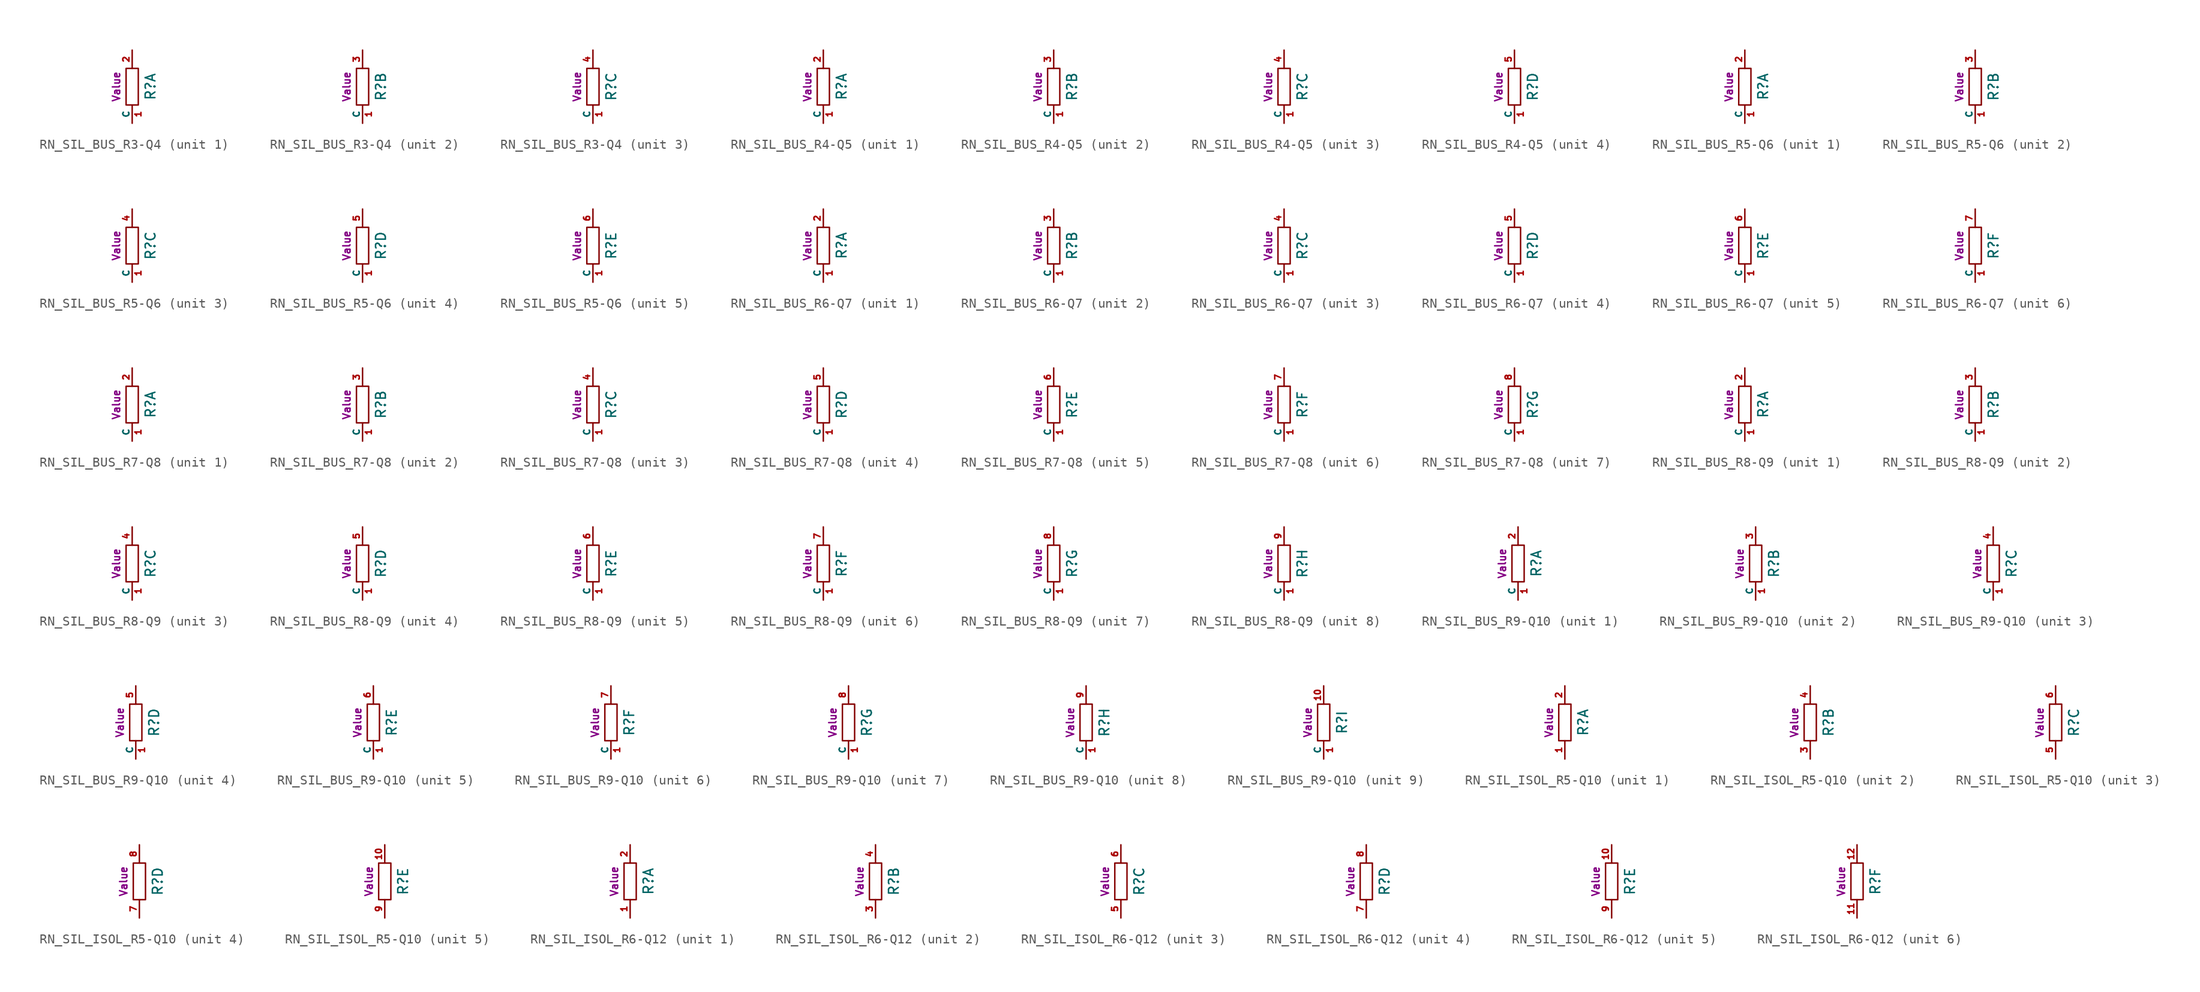
<source format=kicad_sym>
(kicad_symbol_lib
  (version 20211014)
  (generator kicad_symbol_editor)
  (symbol "RN_SIL_BUS_R3-Q4"
    (pin_names
      (offset 0))
    (property "Reference" "R"
      (at 1.905 0 90)
      (effects (font (size 1.016 1.016))))
    (property "Footprint" ""
      (at 0 0 0)
      (effects (font (size 1.524 1.524))))
    (property "Datasheet" ""
      (at 0 0 0)
      (effects (font (size 1.524 1.524))))
    (property "Unit" "Value"
      (at -1.651 0 90)
      (effects (font (size 0.762 0.762))))
    (symbol "RN_SIL_BUS_R3-Q4_0_1"
      (rectangle (start 0.635 1.905) (end -0.635 -1.905) (stroke (width 0) (type default) (color 0 0 0 0)) (fill (type none)))
      (pin passive line (at 0 -3.81 90) (length 1.905) (name "C" (effects (font (size 0.635 0.635)))) (number "1" (effects (font (size 0.635 0.635))))))
    (symbol "RN_SIL_BUS_R3-Q4_1_1"
      (pin passive line (at 0 3.81 270) (length 1.905) (name "~" (effects (font (size 0.635 0.635)))) (number "2" (effects (font (size 0.635 0.635))))))
    (symbol "RN_SIL_BUS_R3-Q4_2_1"
      (pin passive line (at 0 3.81 270) (length 1.905) (name "~" (effects (font (size 0.635 0.635)))) (number "3" (effects (font (size 0.635 0.635))))))
    (symbol "RN_SIL_BUS_R3-Q4_3_1"
      (pin passive line (at 0 3.81 270) (length 1.905) (name "~" (effects (font (size 0.635 0.635)))) (number "4" (effects (font (size 0.635 0.635)))))))
  (symbol "RN_SIL_BUS_R4-Q5"
    (pin_names
      (offset 0))
    (property "Reference" "R"
      (at 1.905 0 90)
      (effects (font (size 1.016 1.016))))
    (property "Footprint" ""
      (at 0 0 0)
      (effects (font (size 1.524 1.524))))
    (property "Datasheet" ""
      (at 0 0 0)
      (effects (font (size 1.524 1.524))))
    (property "Unit" "Value"
      (at -1.651 0 90)
      (effects (font (size 0.762 0.762))))
    (symbol "RN_SIL_BUS_R4-Q5_0_1"
      (rectangle (start 0.635 1.905) (end -0.635 -1.905) (stroke (width 0) (type default) (color 0 0 0 0)) (fill (type none)))
      (pin passive line (at 0 -3.81 90) (length 1.905) (name "C" (effects (font (size 0.635 0.635)))) (number "1" (effects (font (size 0.635 0.635))))))
    (symbol "RN_SIL_BUS_R4-Q5_1_1"
      (pin passive line (at 0 3.81 270) (length 1.905) (name "~" (effects (font (size 0.635 0.635)))) (number "2" (effects (font (size 0.635 0.635))))))
    (symbol "RN_SIL_BUS_R4-Q5_2_1"
      (pin passive line (at 0 3.81 270) (length 1.905) (name "~" (effects (font (size 0.635 0.635)))) (number "3" (effects (font (size 0.635 0.635))))))
    (symbol "RN_SIL_BUS_R4-Q5_3_1"
      (pin passive line (at 0 3.81 270) (length 1.905) (name "~" (effects (font (size 0.635 0.635)))) (number "4" (effects (font (size 0.635 0.635))))))
    (symbol "RN_SIL_BUS_R4-Q5_4_1"
      (pin passive line (at 0 3.81 270) (length 1.905) (name "~" (effects (font (size 0.635 0.635)))) (number "5" (effects (font (size 0.635 0.635)))))))
  (symbol "RN_SIL_BUS_R5-Q6"
    (pin_names
      (offset 0))
    (property "Reference" "R"
      (at 1.905 0 90)
      (effects (font (size 1.016 1.016))))
    (property "Footprint" ""
      (at 0 0 0)
      (effects (font (size 1.524 1.524))))
    (property "Datasheet" ""
      (at 0 0 0)
      (effects (font (size 1.524 1.524))))
    (property "Unit" "Value"
      (at -1.651 0 90)
      (effects (font (size 0.762 0.762))))
    (symbol "RN_SIL_BUS_R5-Q6_0_1"
      (rectangle (start 0.635 1.905) (end -0.635 -1.905) (stroke (width 0) (type default) (color 0 0 0 0)) (fill (type none)))
      (pin passive line (at 0 -3.81 90) (length 1.905) (name "C" (effects (font (size 0.635 0.635)))) (number "1" (effects (font (size 0.635 0.635))))))
    (symbol "RN_SIL_BUS_R5-Q6_1_1"
      (pin passive line (at 0 3.81 270) (length 1.905) (name "~" (effects (font (size 0.635 0.635)))) (number "2" (effects (font (size 0.635 0.635))))))
    (symbol "RN_SIL_BUS_R5-Q6_2_1"
      (pin passive line (at 0 3.81 270) (length 1.905) (name "~" (effects (font (size 0.635 0.635)))) (number "3" (effects (font (size 0.635 0.635))))))
    (symbol "RN_SIL_BUS_R5-Q6_3_1"
      (pin passive line (at 0 3.81 270) (length 1.905) (name "~" (effects (font (size 0.635 0.635)))) (number "4" (effects (font (size 0.635 0.635))))))
    (symbol "RN_SIL_BUS_R5-Q6_4_1"
      (pin passive line (at 0 3.81 270) (length 1.905) (name "~" (effects (font (size 0.635 0.635)))) (number "5" (effects (font (size 0.635 0.635))))))
    (symbol "RN_SIL_BUS_R5-Q6_5_1"
      (pin passive line (at 0 3.81 270) (length 1.905) (name "~" (effects (font (size 0.635 0.635)))) (number "6" (effects (font (size 0.635 0.635)))))))
  (symbol "RN_SIL_BUS_R6-Q7"
    (pin_names
      (offset 0))
    (property "Reference" "R"
      (at 1.905 0 90)
      (effects (font (size 1.016 1.016))))
    (property "Footprint" ""
      (at 0 0 0)
      (effects (font (size 1.524 1.524))))
    (property "Datasheet" ""
      (at 0 0 0)
      (effects (font (size 1.524 1.524))))
    (property "Unit" "Value"
      (at -1.651 0 90)
      (effects (font (size 0.762 0.762))))
    (symbol "RN_SIL_BUS_R6-Q7_0_1"
      (rectangle (start 0.635 1.905) (end -0.635 -1.905) (stroke (width 0) (type default) (color 0 0 0 0)) (fill (type none)))
      (pin passive line (at 0 -3.81 90) (length 1.905) (name "C" (effects (font (size 0.635 0.635)))) (number "1" (effects (font (size 0.635 0.635))))))
    (symbol "RN_SIL_BUS_R6-Q7_1_1"
      (pin passive line (at 0 3.81 270) (length 1.905) (name "~" (effects (font (size 0.635 0.635)))) (number "2" (effects (font (size 0.635 0.635))))))
    (symbol "RN_SIL_BUS_R6-Q7_2_1"
      (pin passive line (at 0 3.81 270) (length 1.905) (name "~" (effects (font (size 0.635 0.635)))) (number "3" (effects (font (size 0.635 0.635))))))
    (symbol "RN_SIL_BUS_R6-Q7_3_1"
      (pin passive line (at 0 3.81 270) (length 1.905) (name "~" (effects (font (size 0.635 0.635)))) (number "4" (effects (font (size 0.635 0.635))))))
    (symbol "RN_SIL_BUS_R6-Q7_4_1"
      (pin passive line (at 0 3.81 270) (length 1.905) (name "~" (effects (font (size 0.635 0.635)))) (number "5" (effects (font (size 0.635 0.635))))))
    (symbol "RN_SIL_BUS_R6-Q7_5_1"
      (pin passive line (at 0 3.81 270) (length 1.905) (name "~" (effects (font (size 0.635 0.635)))) (number "6" (effects (font (size 0.635 0.635))))))
    (symbol "RN_SIL_BUS_R6-Q7_6_1"
      (pin passive line (at 0 3.81 270) (length 1.905) (name "~" (effects (font (size 0.635 0.635)))) (number "7" (effects (font (size 0.635 0.635)))))))
  (symbol "RN_SIL_BUS_R7-Q8"
    (pin_names
      (offset 0))
    (property "Reference" "R"
      (at 1.905 0 90)
      (effects (font (size 1.016 1.016))))
    (property "Footprint" ""
      (at 0 0 0)
      (effects (font (size 1.524 1.524))))
    (property "Datasheet" ""
      (at 0 0 0)
      (effects (font (size 1.524 1.524))))
    (property "Unit" "Value"
      (at -1.651 0 90)
      (effects (font (size 0.762 0.762))))
    (symbol "RN_SIL_BUS_R7-Q8_0_1"
      (rectangle (start 0.635 1.905) (end -0.635 -1.905) (stroke (width 0) (type default) (color 0 0 0 0)) (fill (type none)))
      (pin passive line (at 0 -3.81 90) (length 1.905) (name "C" (effects (font (size 0.635 0.635)))) (number "1" (effects (font (size 0.635 0.635))))))
    (symbol "RN_SIL_BUS_R7-Q8_1_1"
      (pin passive line (at 0 3.81 270) (length 1.905) (name "~" (effects (font (size 0.635 0.635)))) (number "2" (effects (font (size 0.635 0.635))))))
    (symbol "RN_SIL_BUS_R7-Q8_2_1"
      (pin passive line (at 0 3.81 270) (length 1.905) (name "~" (effects (font (size 0.635 0.635)))) (number "3" (effects (font (size 0.635 0.635))))))
    (symbol "RN_SIL_BUS_R7-Q8_3_1"
      (pin passive line (at 0 3.81 270) (length 1.905) (name "~" (effects (font (size 0.635 0.635)))) (number "4" (effects (font (size 0.635 0.635))))))
    (symbol "RN_SIL_BUS_R7-Q8_4_1"
      (pin passive line (at 0 3.81 270) (length 1.905) (name "~" (effects (font (size 0.635 0.635)))) (number "5" (effects (font (size 0.635 0.635))))))
    (symbol "RN_SIL_BUS_R7-Q8_5_1"
      (pin passive line (at 0 3.81 270) (length 1.905) (name "~" (effects (font (size 0.635 0.635)))) (number "6" (effects (font (size 0.635 0.635))))))
    (symbol "RN_SIL_BUS_R7-Q8_6_1"
      (pin passive line (at 0 3.81 270) (length 1.905) (name "~" (effects (font (size 0.635 0.635)))) (number "7" (effects (font (size 0.635 0.635))))))
    (symbol "RN_SIL_BUS_R7-Q8_7_1"
      (pin passive line (at 0 3.81 270) (length 1.905) (name "~" (effects (font (size 0.635 0.635)))) (number "8" (effects (font (size 0.635 0.635)))))))
  (symbol "RN_SIL_BUS_R8-Q9"
    (pin_names
      (offset 0))
    (property "Reference" "R"
      (at 1.905 0 90)
      (effects (font (size 1.016 1.016))))
    (property "Footprint" ""
      (at 0 0 0)
      (effects (font (size 1.524 1.524))))
    (property "Datasheet" ""
      (at 0 0 0)
      (effects (font (size 1.524 1.524))))
    (property "Unit" "Value"
      (at -1.651 0 90)
      (effects (font (size 0.762 0.762))))
    (symbol "RN_SIL_BUS_R8-Q9_0_1"
      (rectangle (start 0.635 1.905) (end -0.635 -1.905) (stroke (width 0) (type default) (color 0 0 0 0)) (fill (type none)))
      (pin passive line (at 0 -3.81 90) (length 1.905) (name "C" (effects (font (size 0.635 0.635)))) (number "1" (effects (font (size 0.635 0.635))))))
    (symbol "RN_SIL_BUS_R8-Q9_1_1"
      (pin passive line (at 0 3.81 270) (length 1.905) (name "~" (effects (font (size 0.635 0.635)))) (number "2" (effects (font (size 0.635 0.635))))))
    (symbol "RN_SIL_BUS_R8-Q9_2_1"
      (pin passive line (at 0 3.81 270) (length 1.905) (name "~" (effects (font (size 0.635 0.635)))) (number "3" (effects (font (size 0.635 0.635))))))
    (symbol "RN_SIL_BUS_R8-Q9_3_1"
      (pin passive line (at 0 3.81 270) (length 1.905) (name "~" (effects (font (size 0.635 0.635)))) (number "4" (effects (font (size 0.635 0.635))))))
    (symbol "RN_SIL_BUS_R8-Q9_4_1"
      (pin passive line (at 0 3.81 270) (length 1.905) (name "~" (effects (font (size 0.635 0.635)))) (number "5" (effects (font (size 0.635 0.635))))))
    (symbol "RN_SIL_BUS_R8-Q9_5_1"
      (pin passive line (at 0 3.81 270) (length 1.905) (name "~" (effects (font (size 0.635 0.635)))) (number "6" (effects (font (size 0.635 0.635))))))
    (symbol "RN_SIL_BUS_R8-Q9_6_1"
      (pin passive line (at 0 3.81 270) (length 1.905) (name "~" (effects (font (size 0.635 0.635)))) (number "7" (effects (font (size 0.635 0.635))))))
    (symbol "RN_SIL_BUS_R8-Q9_7_1"
      (pin passive line (at 0 3.81 270) (length 1.905) (name "~" (effects (font (size 0.635 0.635)))) (number "8" (effects (font (size 0.635 0.635))))))
    (symbol "RN_SIL_BUS_R8-Q9_8_1"
      (pin passive line (at 0 3.81 270) (length 1.905) (name "~" (effects (font (size 0.635 0.635)))) (number "9" (effects (font (size 0.635 0.635)))))))
  (symbol "RN_SIL_BUS_R9-Q10"
    (pin_names
      (offset 0))
    (property "Reference" "R"
      (at 1.905 0 90)
      (effects (font (size 1.016 1.016))))
    (property "Footprint" ""
      (at 0 0 0)
      (effects (font (size 1.524 1.524))))
    (property "Datasheet" ""
      (at 0 0 0)
      (effects (font (size 1.524 1.524))))
    (property "Unit" "Value"
      (at -1.651 0 90)
      (effects (font (size 0.762 0.762))))
    (symbol "RN_SIL_BUS_R9-Q10_0_1"
      (rectangle (start 0.635 1.905) (end -0.635 -1.905) (stroke (width 0) (type default) (color 0 0 0 0)) (fill (type none)))
      (pin passive line (at 0 -3.81 90) (length 1.905) (name "C" (effects (font (size 0.635 0.635)))) (number "1" (effects (font (size 0.635 0.635))))))
    (symbol "RN_SIL_BUS_R9-Q10_1_1"
      (pin passive line (at 0 3.81 270) (length 1.905) (name "~" (effects (font (size 0.635 0.635)))) (number "2" (effects (font (size 0.635 0.635))))))
    (symbol "RN_SIL_BUS_R9-Q10_2_1"
      (pin passive line (at 0 3.81 270) (length 1.905) (name "~" (effects (font (size 0.635 0.635)))) (number "3" (effects (font (size 0.635 0.635))))))
    (symbol "RN_SIL_BUS_R9-Q10_3_1"
      (pin passive line (at 0 3.81 270) (length 1.905) (name "~" (effects (font (size 0.635 0.635)))) (number "4" (effects (font (size 0.635 0.635))))))
    (symbol "RN_SIL_BUS_R9-Q10_4_1"
      (pin passive line (at 0 3.81 270) (length 1.905) (name "~" (effects (font (size 0.635 0.635)))) (number "5" (effects (font (size 0.635 0.635))))))
    (symbol "RN_SIL_BUS_R9-Q10_5_1"
      (pin passive line (at 0 3.81 270) (length 1.905) (name "~" (effects (font (size 0.635 0.635)))) (number "6" (effects (font (size 0.635 0.635))))))
    (symbol "RN_SIL_BUS_R9-Q10_6_1"
      (pin passive line (at 0 3.81 270) (length 1.905) (name "~" (effects (font (size 0.635 0.635)))) (number "7" (effects (font (size 0.635 0.635))))))
    (symbol "RN_SIL_BUS_R9-Q10_7_1"
      (pin passive line (at 0 3.81 270) (length 1.905) (name "~" (effects (font (size 0.635 0.635)))) (number "8" (effects (font (size 0.635 0.635))))))
    (symbol "RN_SIL_BUS_R9-Q10_8_1"
      (pin passive line (at 0 3.81 270) (length 1.905) (name "~" (effects (font (size 0.635 0.635)))) (number "9" (effects (font (size 0.635 0.635))))))
    (symbol "RN_SIL_BUS_R9-Q10_9_1"
      (pin passive line (at 0 3.81 270) (length 1.905) (name "~" (effects (font (size 0.635 0.635)))) (number "10" (effects (font (size 0.635 0.635)))))))
  (symbol "RN_SIL_ISOL_R5-Q10"
    (pin_names
      (offset 0))
    (property "Reference" "R"
      (at 1.905 0 90)
      (effects (font (size 1.016 1.016))))
    (property "Footprint" ""
      (at 0 0 0)
      (effects (font (size 1.524 1.524))))
    (property "Datasheet" ""
      (at 0 0 0)
      (effects (font (size 1.524 1.524))))
    (property "Unit" "Value"
      (at -1.651 0 90)
      (effects (font (size 0.762 0.762))))
    (symbol "RN_SIL_ISOL_R5-Q10_0_1"
      (rectangle (start 0.635 1.905) (end -0.635 -1.905) (stroke (width 0) (type default) (color 0 0 0 0)) (fill (type none))))
    (symbol "RN_SIL_ISOL_R5-Q10_1_1"
      (pin passive line (at 0 -3.81 90) (length 1.905) (name "~" (effects (font (size 0.635 0.635)))) (number "1" (effects (font (size 0.635 0.635)))))
      (pin passive line (at 0 3.81 270) (length 1.905) (name "~" (effects (font (size 0.635 0.635)))) (number "2" (effects (font (size 0.635 0.635))))))
    (symbol "RN_SIL_ISOL_R5-Q10_2_1"
      (pin passive line (at 0 -3.81 90) (length 1.905) (name "~" (effects (font (size 0.635 0.635)))) (number "3" (effects (font (size 0.635 0.635)))))
      (pin passive line (at 0 3.81 270) (length 1.905) (name "~" (effects (font (size 0.635 0.635)))) (number "4" (effects (font (size 0.635 0.635))))))
    (symbol "RN_SIL_ISOL_R5-Q10_3_1"
      (pin passive line (at 0 -3.81 90) (length 1.905) (name "~" (effects (font (size 0.635 0.635)))) (number "5" (effects (font (size 0.635 0.635)))))
      (pin passive line (at 0 3.81 270) (length 1.905) (name "~" (effects (font (size 0.635 0.635)))) (number "6" (effects (font (size 0.635 0.635))))))
    (symbol "RN_SIL_ISOL_R5-Q10_4_1"
      (pin passive line (at 0 -3.81 90) (length 1.905) (name "~" (effects (font (size 0.635 0.635)))) (number "7" (effects (font (size 0.635 0.635)))))
      (pin passive line (at 0 3.81 270) (length 1.905) (name "~" (effects (font (size 0.635 0.635)))) (number "8" (effects (font (size 0.635 0.635))))))
    (symbol "RN_SIL_ISOL_R5-Q10_5_1"
      (pin passive line (at 0 3.81 270) (length 1.905) (name "~" (effects (font (size 0.635 0.635)))) (number "10" (effects (font (size 0.635 0.635)))))
      (pin passive line (at 0 -3.81 90) (length 1.905) (name "~" (effects (font (size 0.635 0.635)))) (number "9" (effects (font (size 0.635 0.635)))))))
  (symbol "RN_SIL_ISOL_R6-Q12"
    (pin_names
      (offset 0))
    (property "Reference" "R"
      (at 1.905 0 90)
      (effects (font (size 1.016 1.016))))
    (property "Footprint" ""
      (at 0 0 0)
      (effects (font (size 1.524 1.524))))
    (property "Datasheet" ""
      (at 0 0 0)
      (effects (font (size 1.524 1.524))))
    (property "Unit" "Value"
      (at -1.651 0 90)
      (effects (font (size 0.762 0.762))))
    (symbol "RN_SIL_ISOL_R6-Q12_0_1"
      (rectangle (start 0.635 1.905) (end -0.635 -1.905) (stroke (width 0) (type default) (color 0 0 0 0)) (fill (type none))))
    (symbol "RN_SIL_ISOL_R6-Q12_1_1"
      (pin passive line (at 0 -3.81 90) (length 1.905) (name "~" (effects (font (size 0.635 0.635)))) (number "1" (effects (font (size 0.635 0.635)))))
      (pin passive line (at 0 3.81 270) (length 1.905) (name "~" (effects (font (size 0.635 0.635)))) (number "2" (effects (font (size 0.635 0.635))))))
    (symbol "RN_SIL_ISOL_R6-Q12_2_1"
      (pin passive line (at 0 -3.81 90) (length 1.905) (name "~" (effects (font (size 0.635 0.635)))) (number "3" (effects (font (size 0.635 0.635)))))
      (pin passive line (at 0 3.81 270) (length 1.905) (name "~" (effects (font (size 0.635 0.635)))) (number "4" (effects (font (size 0.635 0.635))))))
    (symbol "RN_SIL_ISOL_R6-Q12_3_1"
      (pin passive line (at 0 -3.81 90) (length 1.905) (name "~" (effects (font (size 0.635 0.635)))) (number "5" (effects (font (size 0.635 0.635)))))
      (pin passive line (at 0 3.81 270) (length 1.905) (name "~" (effects (font (size 0.635 0.635)))) (number "6" (effects (font (size 0.635 0.635))))))
    (symbol "RN_SIL_ISOL_R6-Q12_4_1"
      (pin passive line (at 0 -3.81 90) (length 1.905) (name "~" (effects (font (size 0.635 0.635)))) (number "7" (effects (font (size 0.635 0.635)))))
      (pin passive line (at 0 3.81 270) (length 1.905) (name "~" (effects (font (size 0.635 0.635)))) (number "8" (effects (font (size 0.635 0.635))))))
    (symbol "RN_SIL_ISOL_R6-Q12_5_1"
      (pin passive line (at 0 3.81 270) (length 1.905) (name "~" (effects (font (size 0.635 0.635)))) (number "10" (effects (font (size 0.635 0.635)))))
      (pin passive line (at 0 -3.81 90) (length 1.905) (name "~" (effects (font (size 0.635 0.635)))) (number "9" (effects (font (size 0.635 0.635))))))
    (symbol "RN_SIL_ISOL_R6-Q12_6_1"
      (pin passive line (at 0 -3.81 90) (length 1.905) (name "~" (effects (font (size 0.635 0.635)))) (number "11" (effects (font (size 0.635 0.635)))))
      (pin passive line (at 0 3.81 270) (length 1.905) (name "~" (effects (font (size 0.635 0.635)))) (number "12" (effects (font (size 0.635 0.635))))))))
</source>
